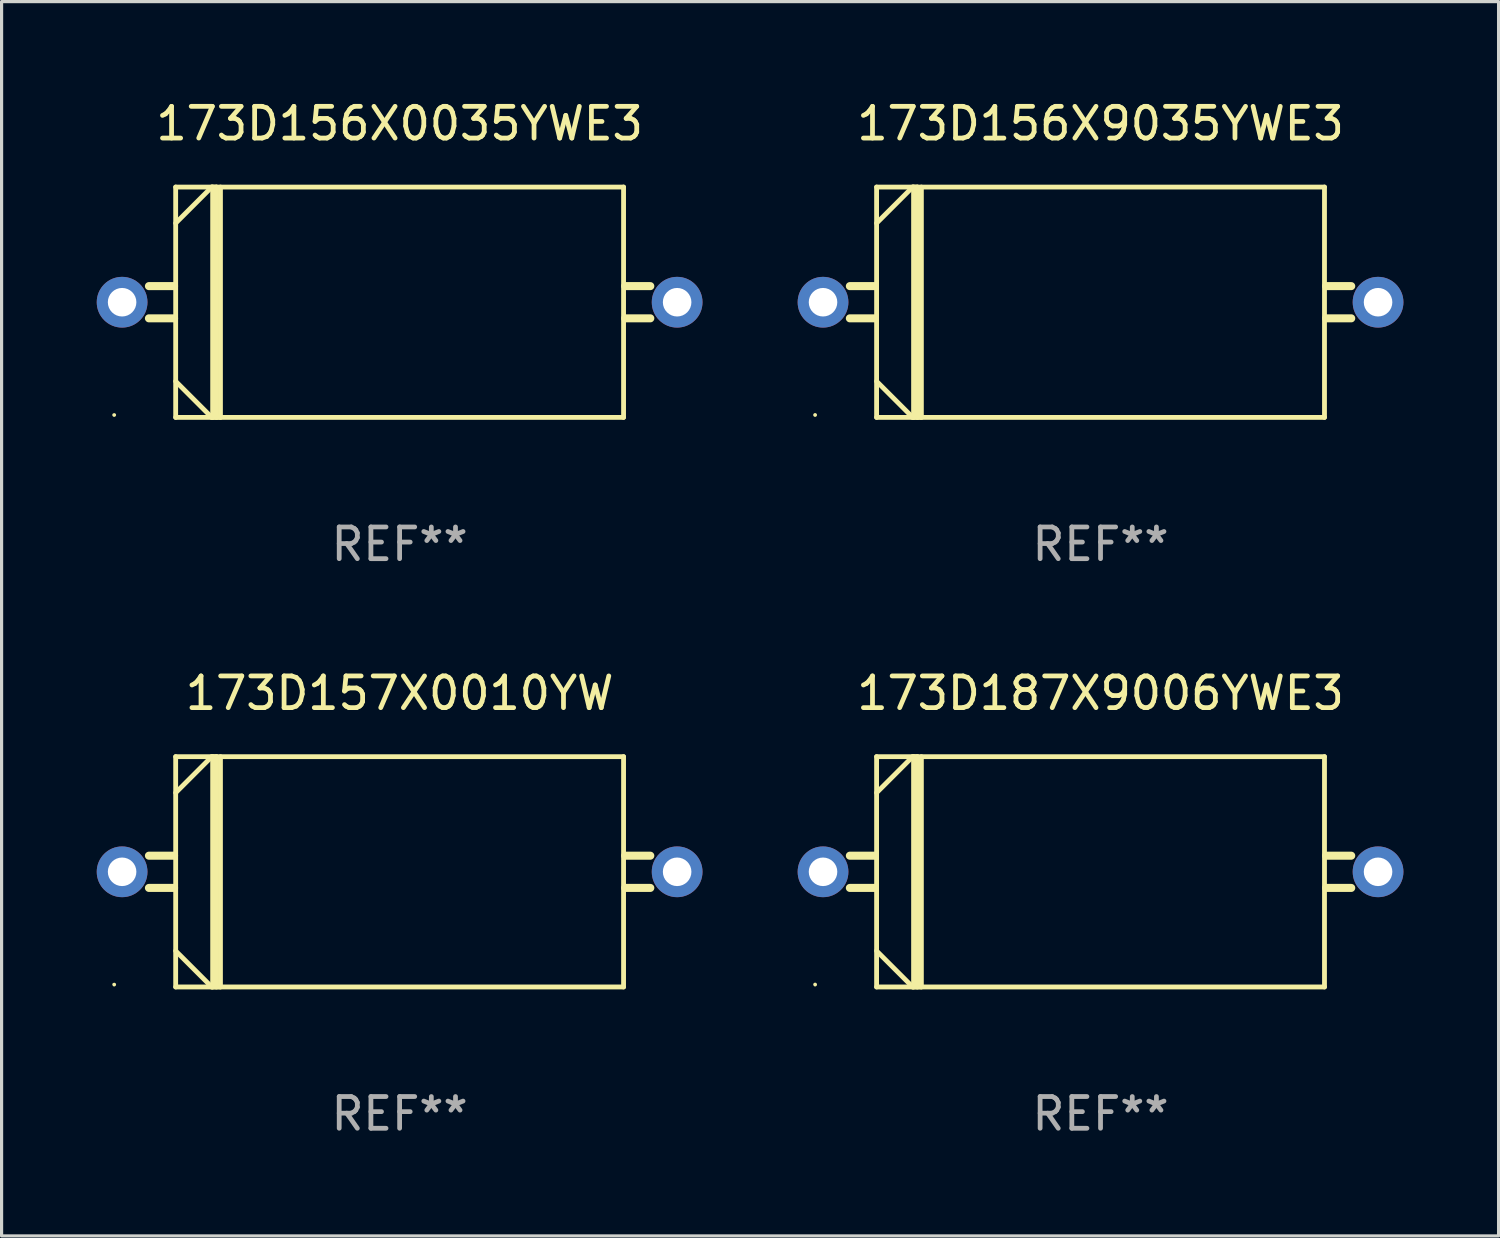
<source format=kicad_pcb>
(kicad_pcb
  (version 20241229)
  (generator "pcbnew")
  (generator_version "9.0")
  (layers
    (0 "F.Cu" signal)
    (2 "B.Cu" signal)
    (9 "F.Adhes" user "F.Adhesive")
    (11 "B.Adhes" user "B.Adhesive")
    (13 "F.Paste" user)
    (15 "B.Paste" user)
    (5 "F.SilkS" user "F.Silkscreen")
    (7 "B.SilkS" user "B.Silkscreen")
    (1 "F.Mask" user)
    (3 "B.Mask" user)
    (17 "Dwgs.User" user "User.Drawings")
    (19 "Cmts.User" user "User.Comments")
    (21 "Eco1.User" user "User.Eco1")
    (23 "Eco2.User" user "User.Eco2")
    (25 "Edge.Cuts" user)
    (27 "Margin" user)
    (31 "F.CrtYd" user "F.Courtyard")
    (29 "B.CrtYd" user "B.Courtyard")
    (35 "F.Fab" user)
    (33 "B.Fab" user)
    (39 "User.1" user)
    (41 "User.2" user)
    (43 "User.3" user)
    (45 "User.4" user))
  (footprint "173D156X0035YWE3"
    (layer "F.Cu")
    (at 9.55 6.479)
    (property "Reference" "173D156X0035YWE3" (at 0 -5.631 0) (layer "F.SilkS") (effects (font (size 1 1) (thickness 0.15))))
    (attr through_hole)
    (fp_line (start -7.112 -0.508) (end -7.904 -0.508) (stroke (width 0.254) (type solid)) (layer "F.SilkS"))
    (fp_line (start -7.112 0.508) (end -7.904 0.508) (stroke (width 0.254) (type solid)) (layer "F.SilkS"))
    (fp_line (start -7.061 -3.631) (end 7.061 -3.631) (stroke (width 0.152) (type solid)) (layer "F.SilkS"))
    (fp_line (start -7.061 3.631) (end -7.061 -3.631) (stroke (width 0.152) (type solid)) (layer "F.SilkS"))
    (fp_line (start -5.923 -3.631) (end -7.061 -2.493) (stroke (width 0.152) (type solid)) (layer "F.SilkS"))
    (fp_line (start -5.923 3.631) (end -7.061 2.493) (stroke (width 0.152) (type solid)) (layer "F.SilkS"))
    (fp_line (start -5.895 -3.631) (end -5.895 3.631) (stroke (width 0.152) (type solid)) (layer "F.SilkS"))
    (fp_line (start -5.776 -3.631) (end -5.923 -3.631) (stroke (width 0.152) (type solid)) (layer "F.SilkS"))
    (fp_line (start -5.776 -3.631) (end -5.776 3.631) (stroke (width 0.152) (type solid)) (layer "F.SilkS"))
    (fp_line (start -5.649 -3.631) (end -5.649 3.631) (stroke (width 0.152) (type solid)) (layer "F.SilkS"))
    (fp_line (start -5.649 3.627) (end -5.923 3.631) (stroke (width 0.152) (type solid)) (layer "F.SilkS"))
    (fp_line (start 7.061 -3.631) (end 7.061 3.631) (stroke (width 0.152) (type solid)) (layer "F.SilkS"))
    (fp_line (start 7.061 3.631) (end -7.061 3.631) (stroke (width 0.152) (type solid)) (layer "F.SilkS"))
    (fp_line (start 7.112 -0.508) (end 7.904 -0.508) (stroke (width 0.254) (type solid)) (layer "F.SilkS"))
    (fp_line (start 7.112 0.508) (end 7.904 0.508) (stroke (width 0.254) (type solid)) (layer "F.SilkS"))
    (fp_circle (center -9 3.555) (end -8.97 3.555) (stroke (width 0.06) (type solid)) (fill no) (layer "F.SilkS"))
    (fp_text user "REF**" (at 0 7.631 0) (layer "F.Fab") (effects (font (size 1 1) (thickness 0.15))))
    (pad "1" thru_hole circle (at -8.75 0) (size 1.6 1.6) (drill 0.9) (layers "*.Cu" "*.Mask"))
    (pad "2" thru_hole circle (at 8.75 0) (size 1.6 1.6) (drill 0.9) (layers "*.Cu" "*.Mask")))
  (footprint "173D157X0010YW"
    (layer "F.Cu")
    (at 9.55 24.438)
    (property "Reference" "173D157X0010YW" (at 0 -5.631 0) (layer "F.SilkS") (effects (font (size 1 1) (thickness 0.15))))
    (attr through_hole)
    (fp_line (start -7.112 -0.508) (end -7.904 -0.508) (stroke (width 0.254) (type solid)) (layer "F.SilkS"))
    (fp_line (start -7.112 0.508) (end -7.904 0.508) (stroke (width 0.254) (type solid)) (layer "F.SilkS"))
    (fp_line (start -7.061 -3.631) (end 7.061 -3.631) (stroke (width 0.152) (type solid)) (layer "F.SilkS"))
    (fp_line (start -7.061 3.631) (end -7.061 -3.631) (stroke (width 0.152) (type solid)) (layer "F.SilkS"))
    (fp_line (start -5.923 -3.631) (end -7.061 -2.493) (stroke (width 0.152) (type solid)) (layer "F.SilkS"))
    (fp_line (start -5.923 3.631) (end -7.061 2.493) (stroke (width 0.152) (type solid)) (layer "F.SilkS"))
    (fp_line (start -5.895 -3.631) (end -5.895 3.631) (stroke (width 0.152) (type solid)) (layer "F.SilkS"))
    (fp_line (start -5.776 -3.631) (end -5.923 -3.631) (stroke (width 0.152) (type solid)) (layer "F.SilkS"))
    (fp_line (start -5.776 -3.631) (end -5.776 3.631) (stroke (width 0.152) (type solid)) (layer "F.SilkS"))
    (fp_line (start -5.649 -3.631) (end -5.649 3.631) (stroke (width 0.152) (type solid)) (layer "F.SilkS"))
    (fp_line (start -5.649 3.627) (end -5.923 3.631) (stroke (width 0.152) (type solid)) (layer "F.SilkS"))
    (fp_line (start 7.061 -3.631) (end 7.061 3.631) (stroke (width 0.152) (type solid)) (layer "F.SilkS"))
    (fp_line (start 7.061 3.631) (end -7.061 3.631) (stroke (width 0.152) (type solid)) (layer "F.SilkS"))
    (fp_line (start 7.112 -0.508) (end 7.904 -0.508) (stroke (width 0.254) (type solid)) (layer "F.SilkS"))
    (fp_line (start 7.112 0.508) (end 7.904 0.508) (stroke (width 0.254) (type solid)) (layer "F.SilkS"))
    (fp_circle (center -9 3.555) (end -8.97 3.555) (stroke (width 0.06) (type solid)) (fill no) (layer "F.SilkS"))
    (fp_text user "REF**" (at 0 7.631 0) (layer "F.Fab") (effects (font (size 1 1) (thickness 0.15))))
    (pad "1" thru_hole circle (at -8.75 0) (size 1.6 1.6) (drill 0.9) (layers "*.Cu" "*.Mask"))
    (pad "2" thru_hole circle (at 8.75 0) (size 1.6 1.6) (drill 0.9) (layers "*.Cu" "*.Mask")))
  (footprint "173D187X9006YWE3"
    (layer "F.Cu")
    (at 31.65 24.438)
    (property "Reference" "173D187X9006YWE3" (at 0 -5.631 0) (layer "F.SilkS") (effects (font (size 1 1) (thickness 0.15))))
    (attr through_hole)
    (fp_line (start -7.112 -0.508) (end -7.904 -0.508) (stroke (width 0.254) (type solid)) (layer "F.SilkS"))
    (fp_line (start -7.112 0.508) (end -7.904 0.508) (stroke (width 0.254) (type solid)) (layer "F.SilkS"))
    (fp_line (start -7.061 -3.631) (end 7.061 -3.631) (stroke (width 0.152) (type solid)) (layer "F.SilkS"))
    (fp_line (start -7.061 3.631) (end -7.061 -3.631) (stroke (width 0.152) (type solid)) (layer "F.SilkS"))
    (fp_line (start -5.923 -3.631) (end -7.061 -2.493) (stroke (width 0.152) (type solid)) (layer "F.SilkS"))
    (fp_line (start -5.923 3.631) (end -7.061 2.493) (stroke (width 0.152) (type solid)) (layer "F.SilkS"))
    (fp_line (start -5.895 -3.631) (end -5.895 3.631) (stroke (width 0.152) (type solid)) (layer "F.SilkS"))
    (fp_line (start -5.776 -3.631) (end -5.923 -3.631) (stroke (width 0.152) (type solid)) (layer "F.SilkS"))
    (fp_line (start -5.776 -3.631) (end -5.776 3.631) (stroke (width 0.152) (type solid)) (layer "F.SilkS"))
    (fp_line (start -5.649 -3.631) (end -5.649 3.631) (stroke (width 0.152) (type solid)) (layer "F.SilkS"))
    (fp_line (start -5.649 3.627) (end -5.923 3.631) (stroke (width 0.152) (type solid)) (layer "F.SilkS"))
    (fp_line (start 7.061 -3.631) (end 7.061 3.631) (stroke (width 0.152) (type solid)) (layer "F.SilkS"))
    (fp_line (start 7.061 3.631) (end -7.061 3.631) (stroke (width 0.152) (type solid)) (layer "F.SilkS"))
    (fp_line (start 7.112 -0.508) (end 7.904 -0.508) (stroke (width 0.254) (type solid)) (layer "F.SilkS"))
    (fp_line (start 7.112 0.508) (end 7.904 0.508) (stroke (width 0.254) (type solid)) (layer "F.SilkS"))
    (fp_circle (center -9 3.555) (end -8.97 3.555) (stroke (width 0.06) (type solid)) (fill no) (layer "F.SilkS"))
    (fp_text user "REF**" (at 0 7.631 0) (layer "F.Fab") (effects (font (size 1 1) (thickness 0.15))))
    (pad "1" thru_hole circle (at -8.75 0) (size 1.6 1.6) (drill 0.9) (layers "*.Cu" "*.Mask"))
    (pad "2" thru_hole circle (at 8.75 0) (size 1.6 1.6) (drill 0.9) (layers "*.Cu" "*.Mask")))
  (footprint "173D156X9035YWE3"
    (layer "F.Cu")
    (at 31.65 6.479)
    (property "Reference" "173D156X9035YWE3" (at 0 -5.631 0) (layer "F.SilkS") (effects (font (size 1 1) (thickness 0.15))))
    (attr through_hole)
    (fp_line (start -7.112 -0.508) (end -7.904 -0.508) (stroke (width 0.254) (type solid)) (layer "F.SilkS"))
    (fp_line (start -7.112 0.508) (end -7.904 0.508) (stroke (width 0.254) (type solid)) (layer "F.SilkS"))
    (fp_line (start -7.061 -3.631) (end 7.061 -3.631) (stroke (width 0.152) (type solid)) (layer "F.SilkS"))
    (fp_line (start -7.061 3.631) (end -7.061 -3.631) (stroke (width 0.152) (type solid)) (layer "F.SilkS"))
    (fp_line (start -5.923 -3.631) (end -7.061 -2.493) (stroke (width 0.152) (type solid)) (layer "F.SilkS"))
    (fp_line (start -5.923 3.631) (end -7.061 2.493) (stroke (width 0.152) (type solid)) (layer "F.SilkS"))
    (fp_line (start -5.895 -3.631) (end -5.895 3.631) (stroke (width 0.152) (type solid)) (layer "F.SilkS"))
    (fp_line (start -5.776 -3.631) (end -5.923 -3.631) (stroke (width 0.152) (type solid)) (layer "F.SilkS"))
    (fp_line (start -5.776 -3.631) (end -5.776 3.631) (stroke (width 0.152) (type solid)) (layer "F.SilkS"))
    (fp_line (start -5.649 -3.631) (end -5.649 3.631) (stroke (width 0.152) (type solid)) (layer "F.SilkS"))
    (fp_line (start -5.649 3.627) (end -5.923 3.631) (stroke (width 0.152) (type solid)) (layer "F.SilkS"))
    (fp_line (start 7.061 -3.631) (end 7.061 3.631) (stroke (width 0.152) (type solid)) (layer "F.SilkS"))
    (fp_line (start 7.061 3.631) (end -7.061 3.631) (stroke (width 0.152) (type solid)) (layer "F.SilkS"))
    (fp_line (start 7.112 -0.508) (end 7.904 -0.508) (stroke (width 0.254) (type solid)) (layer "F.SilkS"))
    (fp_line (start 7.112 0.508) (end 7.904 0.508) (stroke (width 0.254) (type solid)) (layer "F.SilkS"))
    (fp_circle (center -9 3.555) (end -8.97 3.555) (stroke (width 0.06) (type solid)) (fill no) (layer "F.SilkS"))
    (fp_text user "REF**" (at 0 7.631 0) (layer "F.Fab") (effects (font (size 1 1) (thickness 0.15))))
    (pad "1" thru_hole circle (at -8.75 0) (size 1.6 1.6) (drill 0.9) (layers "*.Cu" "*.Mask"))
    (pad "2" thru_hole circle (at 8.75 0) (size 1.6 1.6) (drill 0.9) (layers "*.Cu" "*.Mask")))
  (gr_rect
    (start -3 -3)
    (end 44.2 35.918)
    (stroke (width 0.1) (type default))
    (fill no)
    (layer "Edge.Cuts")))
</source>
